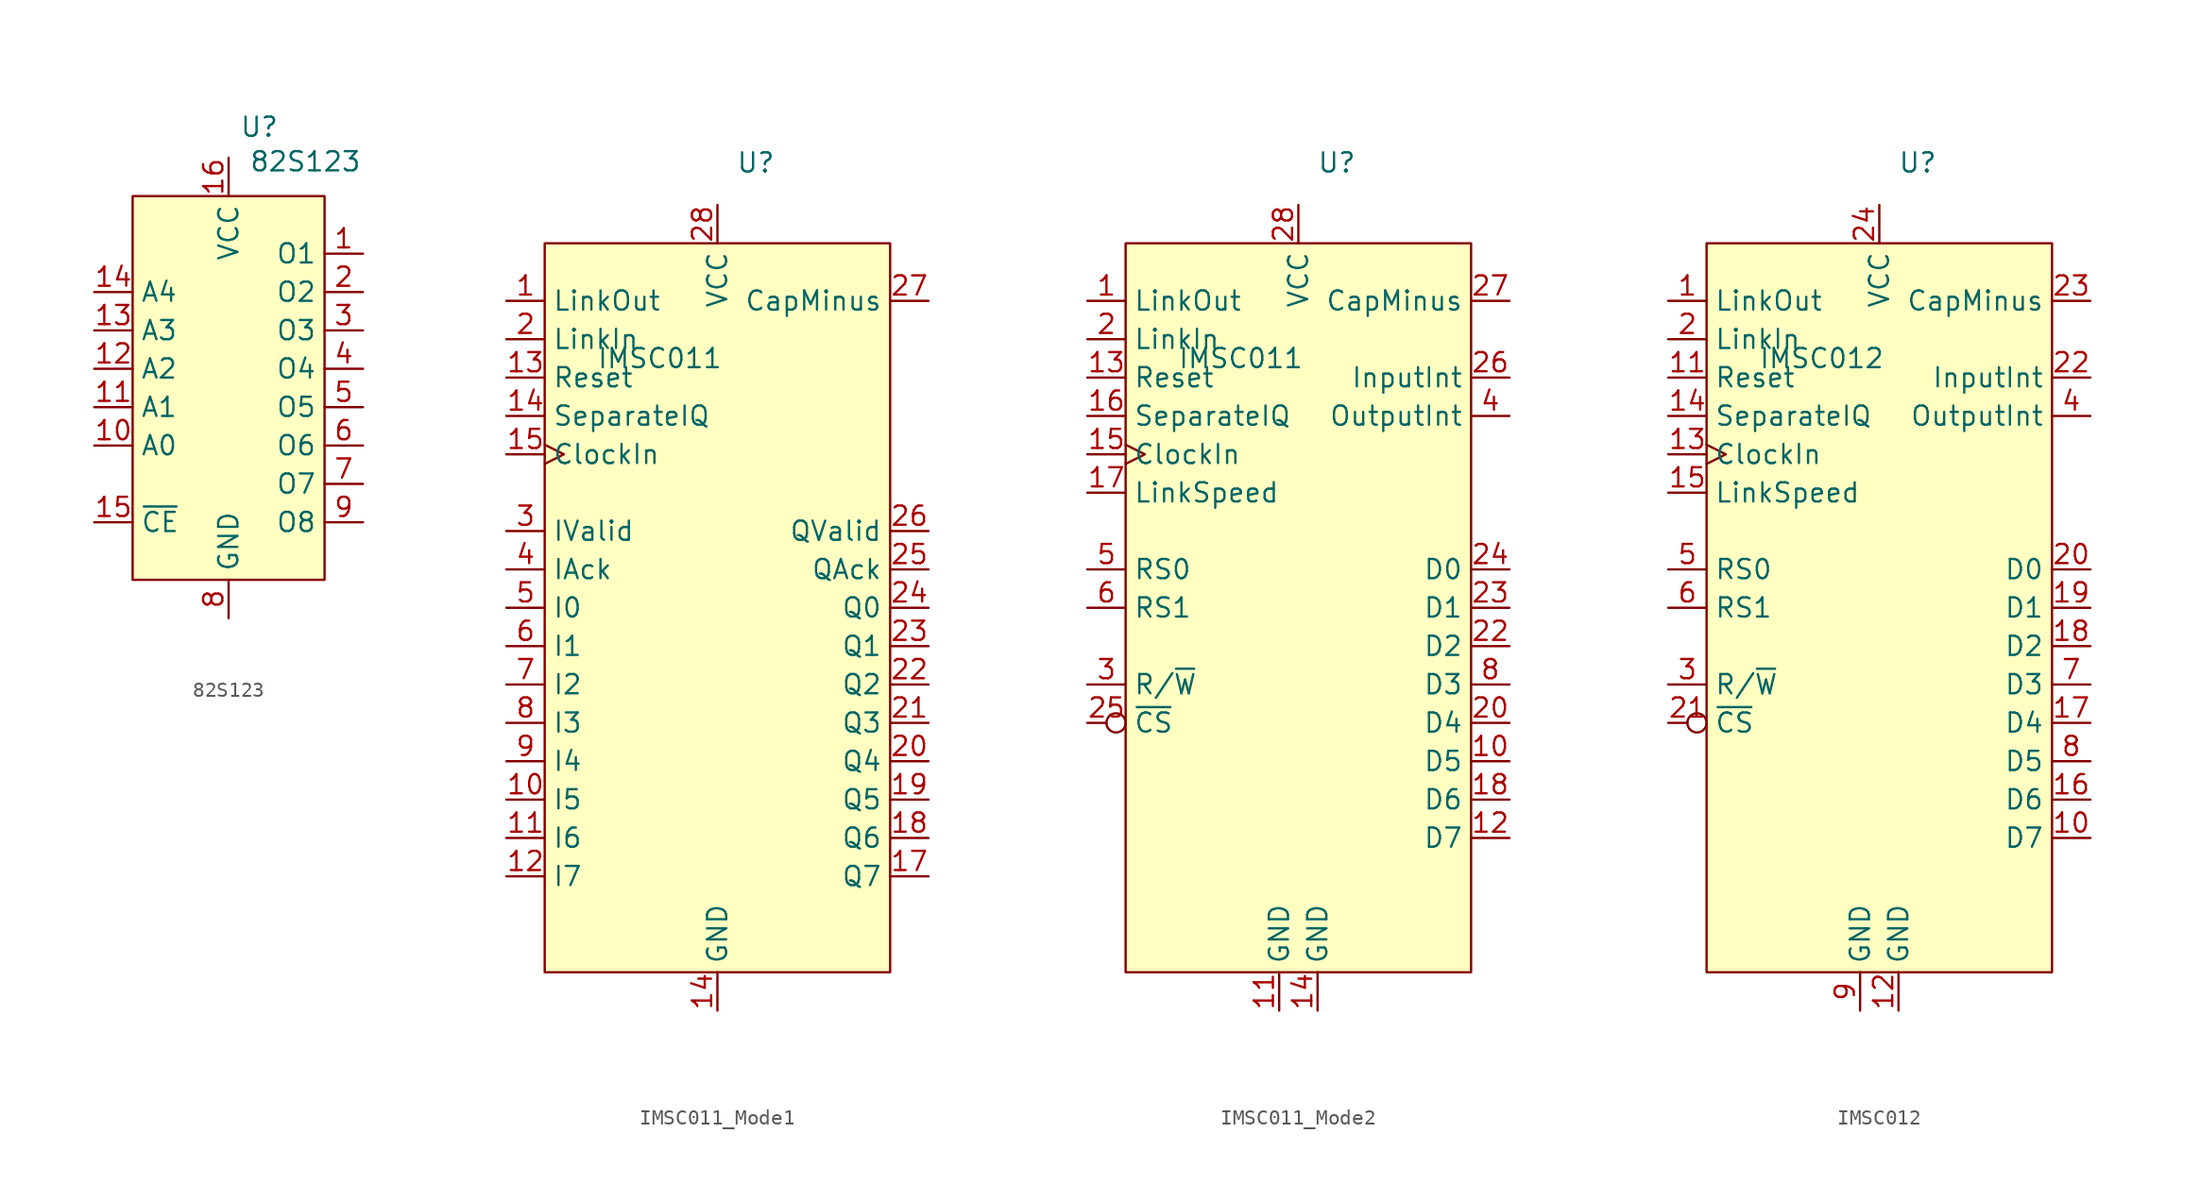
<source format=kicad_sym>
(kicad_symbol_lib
  (version 20241209)
  (generator "kicad_symbol_editor")
  (generator_version "9.0")
  (symbol "82S123"
    (property "Reference" "U"
      (at 2.032 17.272 0)
      (effects (font (size 1.27 1.27))))
    (property "Value" "82S123"
      (at 5.08 14.986 0)
      (effects (font (size 1.27 1.27))))
    (symbol "82S123_1_1"
      (rectangle (start -6.35 12.7) (end 6.35 -12.7) (stroke (width 0) (type solid)) (fill (type background)))
      (pin input line (at -8.89 6.35 0) (length 2.54) (name "A4" (effects (font (size 1.27 1.27)))) (number "14" (effects (font (size 1.27 1.27)))))
      (pin input line (at -8.89 3.81 0) (length 2.54) (name "A3" (effects (font (size 1.27 1.27)))) (number "13" (effects (font (size 1.27 1.27)))))
      (pin input line (at -8.89 1.27 0) (length 2.54) (name "A2" (effects (font (size 1.27 1.27)))) (number "12" (effects (font (size 1.27 1.27)))))
      (pin input line (at -8.89 -1.27 0) (length 2.54) (name "A1" (effects (font (size 1.27 1.27)))) (number "11" (effects (font (size 1.27 1.27)))))
      (pin input line (at -8.89 -3.81 0) (length 2.54) (name "A0" (effects (font (size 1.27 1.27)))) (number "10" (effects (font (size 1.27 1.27)))))
      (pin input line (at -8.89 -8.89 0) (length 2.54) (name "~{CE}" (effects (font (size 1.27 1.27)))) (number "15" (effects (font (size 1.27 1.27)))))
      (pin power_in line (at 0 15.24 270) (length 2.54) (name "VCC" (effects (font (size 1.27 1.27)))) (number "16" (effects (font (size 1.27 1.27)))))
      (pin power_in line (at 0 -15.24 90) (length 2.54) (name "GND" (effects (font (size 1.27 1.27)))) (number "8" (effects (font (size 1.27 1.27)))))
      (pin output line (at 8.89 8.89 180) (length 2.54) (name "O1" (effects (font (size 1.27 1.27)))) (number "1" (effects (font (size 1.27 1.27)))))
      (pin output line (at 8.89 6.35 180) (length 2.54) (name "O2" (effects (font (size 1.27 1.27)))) (number "2" (effects (font (size 1.27 1.27)))))
      (pin output line (at 8.89 3.81 180) (length 2.54) (name "O3" (effects (font (size 1.27 1.27)))) (number "3" (effects (font (size 1.27 1.27)))))
      (pin output line (at 8.89 1.27 180) (length 2.54) (name "O4" (effects (font (size 1.27 1.27)))) (number "4" (effects (font (size 1.27 1.27)))))
      (pin output line (at 8.89 -1.27 180) (length 2.54) (name "O5" (effects (font (size 1.27 1.27)))) (number "5" (effects (font (size 1.27 1.27)))))
      (pin output line (at 8.89 -3.81 180) (length 2.54) (name "O6" (effects (font (size 1.27 1.27)))) (number "6" (effects (font (size 1.27 1.27)))))
      (pin output line (at 8.89 -6.35 180) (length 2.54) (name "O7" (effects (font (size 1.27 1.27)))) (number "7" (effects (font (size 1.27 1.27)))))
      (pin output line (at 8.89 -8.89 180) (length 2.54) (name "O8" (effects (font (size 1.27 1.27)))) (number "9" (effects (font (size 1.27 1.27)))))))
  (symbol "IMSC011_Mode1"
    (property "Reference" "U"
      (at 2.54 29.464 0)
      (effects (font (size 1.27 1.27))))
    (property "Value" "IMSC011"
      (at -3.81 16.51 0)
      (effects (font (size 1.27 1.27))))
    (symbol "IMSC011_Mode1_1_1"
      (rectangle (start -11.43 24.13) (end 11.43 -24.13) (stroke (width 0) (type solid)) (fill (type background)))
      (pin output line (at -13.97 20.32 0) (length 2.54) (name "LinkOut" (effects (font (size 1.27 1.27)))) (number "1" (effects (font (size 1.27 1.27)))))
      (pin input line (at -13.97 17.78 0) (length 2.54) (name "LinkIn" (effects (font (size 1.27 1.27)))) (number "2" (effects (font (size 1.27 1.27)))))
      (pin input line (at -13.97 15.24 0) (length 2.54) (name "Reset" (effects (font (size 1.27 1.27)))) (number "13" (effects (font (size 1.27 1.27)))))
      (pin input line (at -13.97 12.7 0) (length 2.54) (name "SeparateIQ" (effects (font (size 1.27 1.27)))) (number "14" (effects (font (size 1.27 1.27)))))
      (pin input clock (at -13.97 10.16 0) (length 2.54) (name "ClockIn" (effects (font (size 1.27 1.27)))) (number "15" (effects (font (size 1.27 1.27)))))
      (pin input line (at -13.97 5.08 0) (length 2.54) (name "IValid" (effects (font (size 1.27 1.27)))) (number "3" (effects (font (size 1.27 1.27)))))
      (pin output line (at -13.97 2.54 0) (length 2.54) (name "IAck" (effects (font (size 1.27 1.27)))) (number "4" (effects (font (size 1.27 1.27)))))
      (pin input line (at -13.97 0 0) (length 2.54) (name "I0" (effects (font (size 1.27 1.27)))) (number "5" (effects (font (size 1.27 1.27)))))
      (pin input line (at -13.97 -2.54 0) (length 2.54) (name "I1" (effects (font (size 1.27 1.27)))) (number "6" (effects (font (size 1.27 1.27)))))
      (pin input line (at -13.97 -5.08 0) (length 2.54) (name "I2" (effects (font (size 1.27 1.27)))) (number "7" (effects (font (size 1.27 1.27)))))
      (pin input line (at -13.97 -7.62 0) (length 2.54) (name "I3" (effects (font (size 1.27 1.27)))) (number "8" (effects (font (size 1.27 1.27)))))
      (pin input line (at -13.97 -10.16 0) (length 2.54) (name "I4" (effects (font (size 1.27 1.27)))) (number "9" (effects (font (size 1.27 1.27)))))
      (pin input line (at -13.97 -12.7 0) (length 2.54) (name "I5" (effects (font (size 1.27 1.27)))) (number "10" (effects (font (size 1.27 1.27)))))
      (pin input line (at -13.97 -15.24 0) (length 2.54) (name "I6" (effects (font (size 1.27 1.27)))) (number "11" (effects (font (size 1.27 1.27)))))
      (pin input line (at -13.97 -17.78 0) (length 2.54) (name "I7" (effects (font (size 1.27 1.27)))) (number "12" (effects (font (size 1.27 1.27)))))
      (pin power_in line (at 0 26.67 270) (length 2.54) (name "VCC" (effects (font (size 1.27 1.27)))) (number "28" (effects (font (size 1.27 1.27)))))
      (pin power_in line (at 0 -26.67 90) (length 2.54) (name "GND" (effects (font (size 1.27 1.27)))) (number "14" (effects (font (size 1.27 1.27)))))
      (pin passive line (at 13.97 20.32 180) (length 2.54) (name "CapMinus" (effects (font (size 1.27 1.27)))) (number "27" (effects (font (size 1.27 1.27)))))
      (pin input line (at 13.97 5.08 180) (length 2.54) (name "QValid" (effects (font (size 1.27 1.27)))) (number "26" (effects (font (size 1.27 1.27)))))
      (pin output line (at 13.97 2.54 180) (length 2.54) (name "QAck" (effects (font (size 1.27 1.27)))) (number "25" (effects (font (size 1.27 1.27)))))
      (pin output line (at 13.97 0 180) (length 2.54) (name "Q0" (effects (font (size 1.27 1.27)))) (number "24" (effects (font (size 1.27 1.27)))))
      (pin output line (at 13.97 -2.54 180) (length 2.54) (name "Q1" (effects (font (size 1.27 1.27)))) (number "23" (effects (font (size 1.27 1.27)))))
      (pin output line (at 13.97 -5.08 180) (length 2.54) (name "Q2" (effects (font (size 1.27 1.27)))) (number "22" (effects (font (size 1.27 1.27)))))
      (pin output line (at 13.97 -7.62 180) (length 2.54) (name "Q3" (effects (font (size 1.27 1.27)))) (number "21" (effects (font (size 1.27 1.27)))))
      (pin output line (at 13.97 -10.16 180) (length 2.54) (name "Q4" (effects (font (size 1.27 1.27)))) (number "20" (effects (font (size 1.27 1.27)))))
      (pin output line (at 13.97 -12.7 180) (length 2.54) (name "Q5" (effects (font (size 1.27 1.27)))) (number "19" (effects (font (size 1.27 1.27)))))
      (pin output line (at 13.97 -15.24 180) (length 2.54) (name "Q6" (effects (font (size 1.27 1.27)))) (number "18" (effects (font (size 1.27 1.27)))))
      (pin output line (at 13.97 -17.78 180) (length 2.54) (name "Q7" (effects (font (size 1.27 1.27)))) (number "17" (effects (font (size 1.27 1.27)))))))
  (symbol "IMSC011_Mode2"
    (property "Reference" "U"
      (at 2.54 29.464 0)
      (effects (font (size 1.27 1.27))))
    (property "Value" "IMSC011"
      (at -3.81 16.51 0)
      (effects (font (size 1.27 1.27))))
    (symbol "IMSC011_Mode2_1_1"
      (rectangle (start -11.43 24.13) (end 11.43 -24.13) (stroke (width 0) (type solid)) (fill (type background)))
      (pin output line (at -13.97 20.32 0) (length 2.54) (name "LinkOut" (effects (font (size 1.27 1.27)))) (number "1" (effects (font (size 1.27 1.27)))))
      (pin input line (at -13.97 17.78 0) (length 2.54) (name "LinkIn" (effects (font (size 1.27 1.27)))) (number "2" (effects (font (size 1.27 1.27)))))
      (pin input line (at -13.97 15.24 0) (length 2.54) (name "Reset" (effects (font (size 1.27 1.27)))) (number "13" (effects (font (size 1.27 1.27)))))
      (pin input line (at -13.97 12.7 0) (length 2.54) (name "SeparateIQ" (effects (font (size 1.27 1.27)))) (number "16" (effects (font (size 1.27 1.27)))))
      (pin input clock (at -13.97 10.16 0) (length 2.54) (name "ClockIn" (effects (font (size 1.27 1.27)))) (number "15" (effects (font (size 1.27 1.27)))))
      (pin input line (at -13.97 7.62 0) (length 2.54) (name "LinkSpeed" (effects (font (size 1.27 1.27)))) (number "17" (effects (font (size 1.27 1.27)))))
      (pin input line (at -13.97 2.54 0) (length 2.54) (name "RS0" (effects (font (size 1.27 1.27)))) (number "5" (effects (font (size 1.27 1.27)))))
      (pin input line (at -13.97 0 0) (length 2.54) (name "RS1" (effects (font (size 1.27 1.27)))) (number "6" (effects (font (size 1.27 1.27)))))
      (pin input line (at -13.97 -5.08 0) (length 2.54) (name "R/~{W}" (effects (font (size 1.27 1.27)))) (number "3" (effects (font (size 1.27 1.27)))))
      (pin input inverted (at -13.97 -7.62 0) (length 2.54) (name "~{CS}" (effects (font (size 1.27 1.27)))) (number "25" (effects (font (size 1.27 1.27)))))
      (pin no_connect line (at -13.97 -12.7 0) (length 2.54) (hide yes) (name "NC" (effects (font (size 1.27 1.27)))) (number "7" (effects (font (size 1.27 1.27)))))
      (pin no_connect line (at -13.97 -15.24 0) (length 2.54) (hide yes) (name "NC" (effects (font (size 1.27 1.27)))) (number "9" (effects (font (size 1.27 1.27)))))
      (pin no_connect line (at -13.97 -17.78 0) (length 2.54) (hide yes) (name "NC" (effects (font (size 1.27 1.27)))) (number "19" (effects (font (size 1.27 1.27)))))
      (pin no_connect line (at -13.97 -20.32 0) (length 2.54) (hide yes) (name "NC" (effects (font (size 1.27 1.27)))) (number "21" (effects (font (size 1.27 1.27)))))
      (pin power_in line (at -1.27 -26.67 90) (length 2.54) (name "GND" (effects (font (size 1.27 1.27)))) (number "11" (effects (font (size 1.27 1.27)))))
      (pin power_in line (at 0 26.67 270) (length 2.54) (name "VCC" (effects (font (size 1.27 1.27)))) (number "28" (effects (font (size 1.27 1.27)))))
      (pin power_in line (at 1.27 -26.67 90) (length 2.54) (name "GND" (effects (font (size 1.27 1.27)))) (number "14" (effects (font (size 1.27 1.27)))))
      (pin passive line (at 13.97 20.32 180) (length 2.54) (name "CapMinus" (effects (font (size 1.27 1.27)))) (number "27" (effects (font (size 1.27 1.27)))))
      (pin input line (at 13.97 15.24 180) (length 2.54) (name "InputInt" (effects (font (size 1.27 1.27)))) (number "26" (effects (font (size 1.27 1.27)))))
      (pin output line (at 13.97 12.7 180) (length 2.54) (name "OutputInt" (effects (font (size 1.27 1.27)))) (number "4" (effects (font (size 1.27 1.27)))))
      (pin bidirectional line (at 13.97 2.54 180) (length 2.54) (name "D0" (effects (font (size 1.27 1.27)))) (number "24" (effects (font (size 1.27 1.27)))))
      (pin bidirectional line (at 13.97 0 180) (length 2.54) (name "D1" (effects (font (size 1.27 1.27)))) (number "23" (effects (font (size 1.27 1.27)))))
      (pin bidirectional line (at 13.97 -2.54 180) (length 2.54) (name "D2" (effects (font (size 1.27 1.27)))) (number "22" (effects (font (size 1.27 1.27)))))
      (pin bidirectional line (at 13.97 -5.08 180) (length 2.54) (name "D3" (effects (font (size 1.27 1.27)))) (number "8" (effects (font (size 1.27 1.27)))))
      (pin bidirectional line (at 13.97 -7.62 180) (length 2.54) (name "D4" (effects (font (size 1.27 1.27)))) (number "20" (effects (font (size 1.27 1.27)))))
      (pin bidirectional line (at 13.97 -10.16 180) (length 2.54) (name "D5" (effects (font (size 1.27 1.27)))) (number "10" (effects (font (size 1.27 1.27)))))
      (pin bidirectional line (at 13.97 -12.7 180) (length 2.54) (name "D6" (effects (font (size 1.27 1.27)))) (number "18" (effects (font (size 1.27 1.27)))))
      (pin bidirectional line (at 13.97 -15.24 180) (length 2.54) (name "D7" (effects (font (size 1.27 1.27)))) (number "12" (effects (font (size 1.27 1.27)))))))
  (symbol "IMSC012"
    (property "Reference" "U"
      (at 2.54 29.464 0)
      (effects (font (size 1.27 1.27))))
    (property "Value" "IMSC012"
      (at -3.81 16.51 0)
      (effects (font (size 1.27 1.27))))
    (symbol "IMSC012_1_1"
      (rectangle (start -11.43 24.13) (end 11.43 -24.13) (stroke (width 0) (type solid)) (fill (type background)))
      (pin output line (at -13.97 20.32 0) (length 2.54) (name "LinkOut" (effects (font (size 1.27 1.27)))) (number "1" (effects (font (size 1.27 1.27)))))
      (pin input line (at -13.97 17.78 0) (length 2.54) (name "LinkIn" (effects (font (size 1.27 1.27)))) (number "2" (effects (font (size 1.27 1.27)))))
      (pin input line (at -13.97 15.24 0) (length 2.54) (name "Reset" (effects (font (size 1.27 1.27)))) (number "11" (effects (font (size 1.27 1.27)))))
      (pin input line (at -13.97 12.7 0) (length 2.54) (name "SeparateIQ" (effects (font (size 1.27 1.27)))) (number "14" (effects (font (size 1.27 1.27)))))
      (pin input clock (at -13.97 10.16 0) (length 2.54) (name "ClockIn" (effects (font (size 1.27 1.27)))) (number "13" (effects (font (size 1.27 1.27)))))
      (pin input line (at -13.97 7.62 0) (length 2.54) (name "LinkSpeed" (effects (font (size 1.27 1.27)))) (number "15" (effects (font (size 1.27 1.27)))))
      (pin input line (at -13.97 2.54 0) (length 2.54) (name "RS0" (effects (font (size 1.27 1.27)))) (number "5" (effects (font (size 1.27 1.27)))))
      (pin input line (at -13.97 0 0) (length 2.54) (name "RS1" (effects (font (size 1.27 1.27)))) (number "6" (effects (font (size 1.27 1.27)))))
      (pin input line (at -13.97 -5.08 0) (length 2.54) (name "R/~{W}" (effects (font (size 1.27 1.27)))) (number "3" (effects (font (size 1.27 1.27)))))
      (pin input inverted (at -13.97 -7.62 0) (length 2.54) (name "~{CS}" (effects (font (size 1.27 1.27)))) (number "21" (effects (font (size 1.27 1.27)))))
      (pin power_in line (at -1.27 -26.67 90) (length 2.54) (name "GND" (effects (font (size 1.27 1.27)))) (number "9" (effects (font (size 1.27 1.27)))))
      (pin power_in line (at 0 26.67 270) (length 2.54) (name "VCC" (effects (font (size 1.27 1.27)))) (number "24" (effects (font (size 1.27 1.27)))))
      (pin power_in line (at 1.27 -26.67 90) (length 2.54) (name "GND" (effects (font (size 1.27 1.27)))) (number "12" (effects (font (size 1.27 1.27)))))
      (pin passive line (at 13.97 20.32 180) (length 2.54) (name "CapMinus" (effects (font (size 1.27 1.27)))) (number "23" (effects (font (size 1.27 1.27)))))
      (pin input line (at 13.97 15.24 180) (length 2.54) (name "InputInt" (effects (font (size 1.27 1.27)))) (number "22" (effects (font (size 1.27 1.27)))))
      (pin output line (at 13.97 12.7 180) (length 2.54) (name "OutputInt" (effects (font (size 1.27 1.27)))) (number "4" (effects (font (size 1.27 1.27)))))
      (pin bidirectional line (at 13.97 2.54 180) (length 2.54) (name "D0" (effects (font (size 1.27 1.27)))) (number "20" (effects (font (size 1.27 1.27)))))
      (pin bidirectional line (at 13.97 0 180) (length 2.54) (name "D1" (effects (font (size 1.27 1.27)))) (number "19" (effects (font (size 1.27 1.27)))))
      (pin bidirectional line (at 13.97 -2.54 180) (length 2.54) (name "D2" (effects (font (size 1.27 1.27)))) (number "18" (effects (font (size 1.27 1.27)))))
      (pin bidirectional line (at 13.97 -5.08 180) (length 2.54) (name "D3" (effects (font (size 1.27 1.27)))) (number "7" (effects (font (size 1.27 1.27)))))
      (pin bidirectional line (at 13.97 -7.62 180) (length 2.54) (name "D4" (effects (font (size 1.27 1.27)))) (number "17" (effects (font (size 1.27 1.27)))))
      (pin bidirectional line (at 13.97 -10.16 180) (length 2.54) (name "D5" (effects (font (size 1.27 1.27)))) (number "8" (effects (font (size 1.27 1.27)))))
      (pin bidirectional line (at 13.97 -12.7 180) (length 2.54) (name "D6" (effects (font (size 1.27 1.27)))) (number "16" (effects (font (size 1.27 1.27)))))
      (pin bidirectional line (at 13.97 -15.24 180) (length 2.54) (name "D7" (effects (font (size 1.27 1.27)))) (number "10" (effects (font (size 1.27 1.27))))))))
</source>
